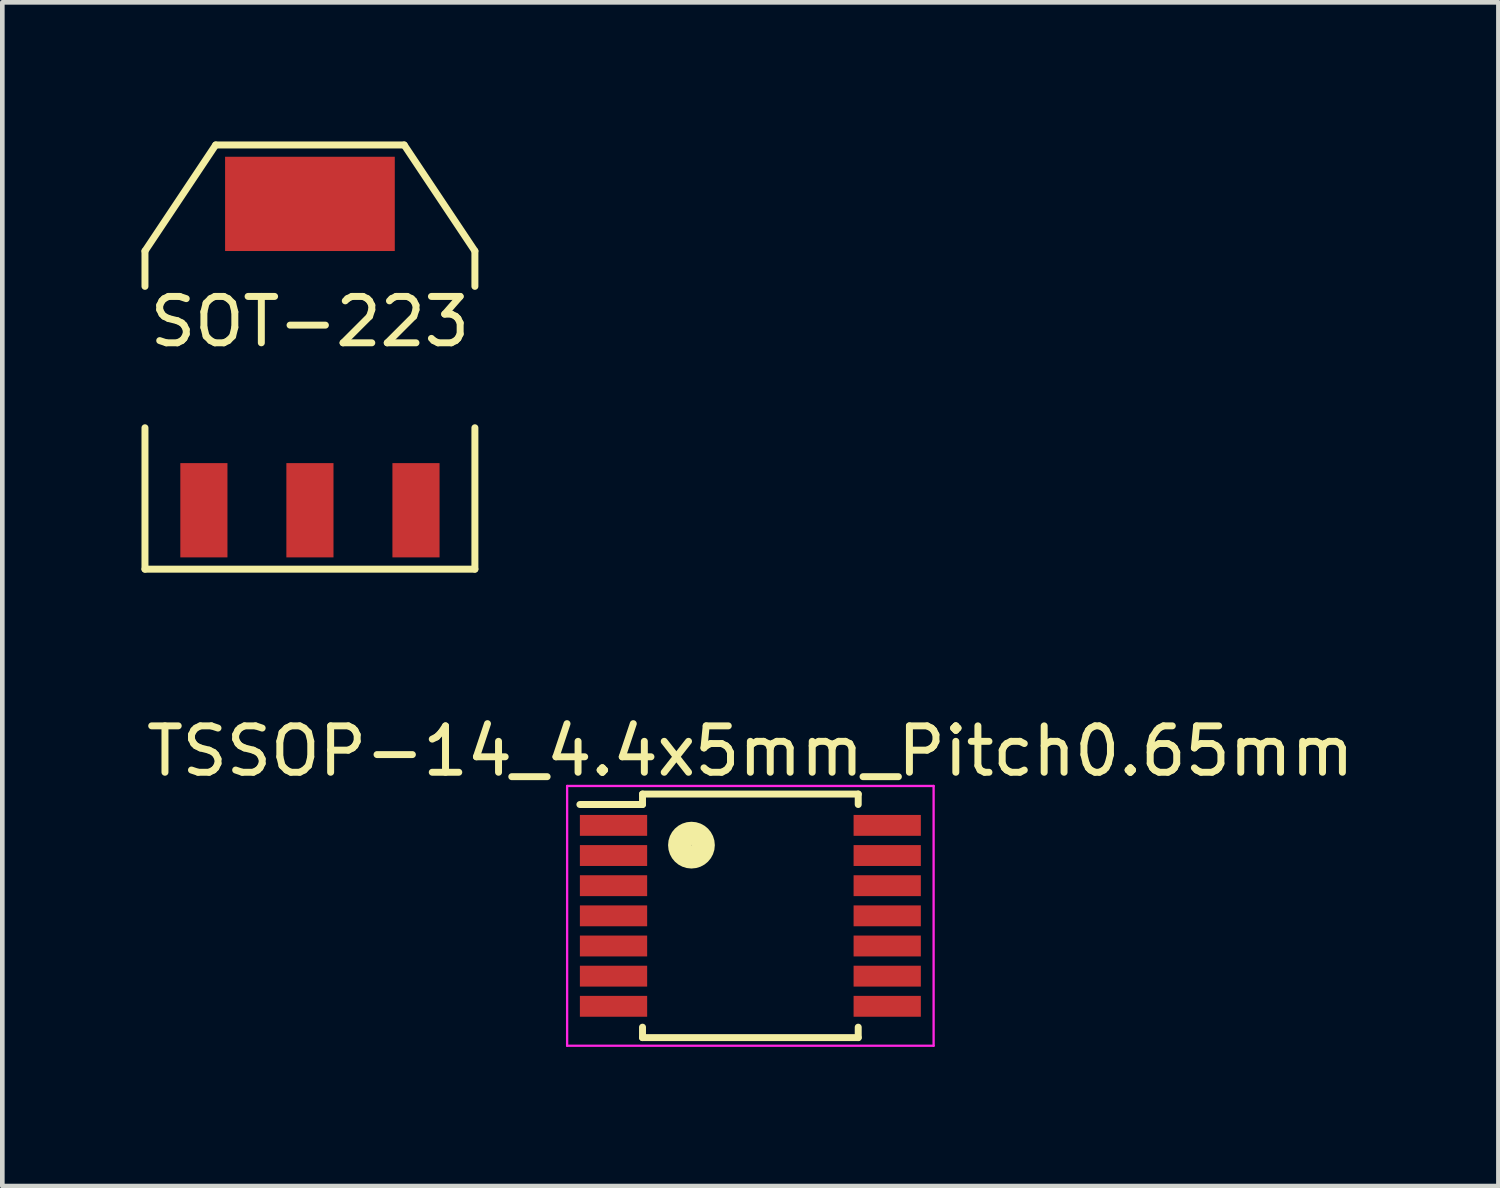
<source format=kicad_pcb>
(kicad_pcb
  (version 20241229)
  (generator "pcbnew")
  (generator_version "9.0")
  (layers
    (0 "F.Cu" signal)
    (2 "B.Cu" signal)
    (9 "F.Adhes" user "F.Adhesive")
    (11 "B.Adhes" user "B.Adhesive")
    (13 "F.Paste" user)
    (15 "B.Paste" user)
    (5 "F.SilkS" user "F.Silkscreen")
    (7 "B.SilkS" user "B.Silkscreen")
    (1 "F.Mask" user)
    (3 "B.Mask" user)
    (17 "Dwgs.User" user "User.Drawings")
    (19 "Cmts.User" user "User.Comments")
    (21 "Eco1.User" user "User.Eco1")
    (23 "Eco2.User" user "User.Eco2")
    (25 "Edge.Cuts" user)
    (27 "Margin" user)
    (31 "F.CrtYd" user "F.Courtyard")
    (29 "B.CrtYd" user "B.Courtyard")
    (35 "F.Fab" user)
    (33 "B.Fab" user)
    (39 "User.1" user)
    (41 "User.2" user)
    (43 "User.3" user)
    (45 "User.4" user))
  (footprint "TSSOP-14_4.4x5mm_Pitch0.65mm"
    (layer "F.Cu")
    (at 13.125 16.692)
    (property "Reference" "TSSOP-14_4.4x5mm_Pitch0.65mm" (at 0 -3.55 0) (layer "F.SilkS") (effects (font (size 1 1) (thickness 0.15))))
    (attr smd)
    (fp_line (start -2.325 -2.625) (end -2.325 -2.4) (stroke (width 0.15) (type solid)) (layer "F.SilkS"))
    (fp_line (start -2.325 -2.625) (end 2.325 -2.625) (stroke (width 0.15) (type solid)) (layer "F.SilkS"))
    (fp_line (start -2.325 -2.4) (end -3.675 -2.4) (stroke (width 0.15) (type solid)) (layer "F.SilkS"))
    (fp_line (start -2.325 2.625) (end -2.325 2.4) (stroke (width 0.15) (type solid)) (layer "F.SilkS"))
    (fp_line (start -2.325 2.625) (end 2.325 2.625) (stroke (width 0.15) (type solid)) (layer "F.SilkS"))
    (fp_line (start 2.325 -2.625) (end 2.325 -2.4) (stroke (width 0.15) (type solid)) (layer "F.SilkS"))
    (fp_line (start 2.325 2.625) (end 2.325 2.4) (stroke (width 0.15) (type solid)) (layer "F.SilkS"))
    (fp_circle (center -1.27 -1.524) (end -1.016 -1.524) (stroke (width 0.5) (type solid)) (fill no) (layer "F.SilkS"))
    (fp_line (start -3.95 -2.8) (end -3.95 2.8) (stroke (width 0.05) (type solid)) (layer "F.CrtYd"))
    (fp_line (start -3.95 -2.8) (end 3.95 -2.8) (stroke (width 0.05) (type solid)) (layer "F.CrtYd"))
    (fp_line (start -3.95 2.8) (end 3.95 2.8) (stroke (width 0.05) (type solid)) (layer "F.CrtYd"))
    (fp_line (start 3.95 -2.8) (end 3.95 2.8) (stroke (width 0.05) (type solid)) (layer "F.CrtYd"))
    (pad "1" smd rect (at -2.95 -1.95) (size 1.45 0.45) (layers "F.Cu" "F.Mask" "F.Paste"))
    (pad "2" smd rect (at -2.95 -1.3) (size 1.45 0.45) (layers "F.Cu" "F.Mask" "F.Paste"))
    (pad "3" smd rect (at -2.95 -0.65) (size 1.45 0.45) (layers "F.Cu" "F.Mask" "F.Paste"))
    (pad "4" smd rect (at -2.95 0) (size 1.45 0.45) (layers "F.Cu" "F.Mask" "F.Paste"))
    (pad "5" smd rect (at -2.95 0.65) (size 1.45 0.45) (layers "F.Cu" "F.Mask" "F.Paste"))
    (pad "6" smd rect (at -2.95 1.3) (size 1.45 0.45) (layers "F.Cu" "F.Mask" "F.Paste"))
    (pad "7" smd rect (at -2.95 1.95) (size 1.45 0.45) (layers "F.Cu" "F.Mask" "F.Paste"))
    (pad "8" smd rect (at 2.95 1.95) (size 1.45 0.45) (layers "F.Cu" "F.Mask" "F.Paste"))
    (pad "9" smd rect (at 2.95 1.3) (size 1.45 0.45) (layers "F.Cu" "F.Mask" "F.Paste"))
    (pad "10" smd rect (at 2.95 0.65) (size 1.45 0.45) (layers "F.Cu" "F.Mask" "F.Paste"))
    (pad "11" smd rect (at 2.95 0) (size 1.45 0.45) (layers "F.Cu" "F.Mask" "F.Paste"))
    (pad "12" smd rect (at 2.95 -0.65) (size 1.45 0.45) (layers "F.Cu" "F.Mask" "F.Paste"))
    (pad "13" smd rect (at 2.95 -1.3) (size 1.45 0.45) (layers "F.Cu" "F.Mask" "F.Paste"))
    (pad "14" smd rect (at 2.95 -1.95) (size 1.45 0.45) (layers "F.Cu" "F.Mask" "F.Paste")))
  (footprint "SOT-223"
    (layer "F.Cu")
    (at 3.631 4.647)
    (property "Reference" "SOT-223" (at 0 -0.762 0) (layer "F.SilkS") (effects (font (size 1 1) (thickness 0.15))))
    (attr smd)
    (fp_line (start -3.556 -2.286) (end -2.032 -4.572) (stroke (width 0.15) (type solid)) (layer "F.SilkS"))
    (fp_line (start -3.556 -1.524) (end -3.556 -2.286) (stroke (width 0.15) (type solid)) (layer "F.SilkS"))
    (fp_line (start -3.556 1.524) (end -3.556 4.572) (stroke (width 0.15) (type solid)) (layer "F.SilkS"))
    (fp_line (start -3.556 4.572) (end 3.556 4.572) (stroke (width 0.15) (type solid)) (layer "F.SilkS"))
    (fp_line (start -2.032 -4.572) (end 2.032 -4.572) (stroke (width 0.15) (type solid)) (layer "F.SilkS"))
    (fp_line (start 2.032 -4.572) (end 3.556 -2.286) (stroke (width 0.15) (type solid)) (layer "F.SilkS"))
    (fp_line (start 3.556 -2.286) (end 3.556 -1.524) (stroke (width 0.15) (type solid)) (layer "F.SilkS"))
    (fp_line (start 3.556 4.572) (end 3.556 1.524) (stroke (width 0.15) (type solid)) (layer "F.SilkS"))
    (pad "1" smd rect (at -2.286 3.302) (size 1.016 2.032) (layers "F.Cu" "F.Mask" "F.Paste"))
    (pad "2" smd rect (at 0 -3.302) (size 3.658 2.032) (layers "F.Cu" "F.Mask" "F.Paste"))
    (pad "2" smd rect (at 0 3.302) (size 1.016 2.032) (layers "F.Cu" "F.Mask" "F.Paste"))
    (pad "3" smd rect (at 2.286 3.302) (size 1.016 2.032) (layers "F.Cu" "F.Mask" "F.Paste")))
  (gr_rect
    (start -3 -3)
    (end 29.25 22.517)
    (stroke (width 0.1) (type default))
    (fill no)
    (layer "Edge.Cuts")))
</source>
